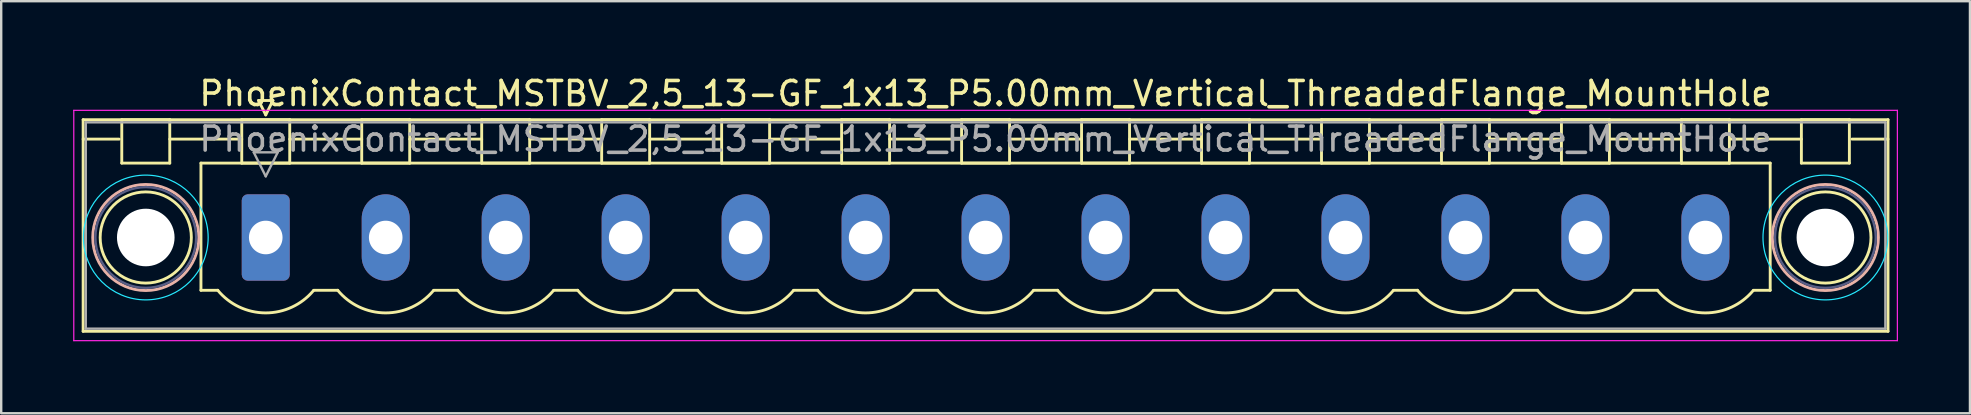
<source format=kicad_pcb>
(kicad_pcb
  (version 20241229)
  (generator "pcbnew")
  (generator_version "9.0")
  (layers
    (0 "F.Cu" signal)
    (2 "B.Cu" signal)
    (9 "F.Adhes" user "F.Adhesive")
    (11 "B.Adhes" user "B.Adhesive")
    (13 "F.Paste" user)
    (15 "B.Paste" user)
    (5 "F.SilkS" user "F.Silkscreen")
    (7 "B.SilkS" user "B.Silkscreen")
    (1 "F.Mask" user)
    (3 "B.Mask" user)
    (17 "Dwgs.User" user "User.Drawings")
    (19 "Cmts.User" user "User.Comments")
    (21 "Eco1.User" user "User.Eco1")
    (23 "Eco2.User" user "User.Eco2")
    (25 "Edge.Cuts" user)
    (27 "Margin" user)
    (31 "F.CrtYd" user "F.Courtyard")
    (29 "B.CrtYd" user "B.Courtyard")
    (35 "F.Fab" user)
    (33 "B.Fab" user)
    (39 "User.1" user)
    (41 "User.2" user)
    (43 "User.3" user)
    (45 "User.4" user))
  (footprint "PhoenixContact_MSTBV_2,5_13-GF_1x13_P5.00mm_Vertical_ThreadedFlange_MountHole"
    (layer "F.Cu")
    (at 8.025 6.848)
    (property "Reference" "PhoenixContact_MSTBV_2,5_13-GF_1x13_P5.00mm_Vertical_ThreadedFlange_MountHole" (at 30 -6 0) (layer "F.SilkS") (effects (font (size 1 1) (thickness 0.15))))
    (attr through_hole)
    (fp_line (start -7.61 -4.91) (end -7.61 3.91) (stroke (width 0.12) (type solid)) (layer "F.SilkS"))
    (fp_line (start -7.61 -4.1) (end -6.11 -4.1) (stroke (width 0.12) (type solid)) (layer "F.SilkS"))
    (fp_line (start -7.61 3.91) (end 67.61 3.91) (stroke (width 0.12) (type solid)) (layer "F.SilkS"))
    (fp_line (start -6 -4.91) (end -4 -4.91) (stroke (width 0.12) (type solid)) (layer "F.SilkS"))
    (fp_line (start -6 -3.1) (end -6 -4.91) (stroke (width 0.12) (type solid)) (layer "F.SilkS"))
    (fp_line (start -4 -4.91) (end -4 -3.1) (stroke (width 0.12) (type solid)) (layer "F.SilkS"))
    (fp_line (start -4 -4.1) (end -1 -4.1) (stroke (width 0.12) (type solid)) (layer "F.SilkS"))
    (fp_line (start -4 -3.1) (end -6 -3.1) (stroke (width 0.12) (type solid)) (layer "F.SilkS"))
    (fp_line (start -2.7 -3.1) (end 62.7 -3.1) (stroke (width 0.12) (type solid)) (layer "F.SilkS"))
    (fp_line (start -2.7 2.2) (end -2.7 -3.1) (stroke (width 0.12) (type solid)) (layer "F.SilkS"))
    (fp_line (start -2 2.2) (end -2.7 2.2) (stroke (width 0.12) (type solid)) (layer "F.SilkS"))
    (fp_line (start -1 -4.91) (end 1 -4.91) (stroke (width 0.12) (type solid)) (layer "F.SilkS"))
    (fp_line (start -1 -3.1) (end -1 -4.91) (stroke (width 0.12) (type solid)) (layer "F.SilkS"))
    (fp_line (start -0.3 -5.71) (end 0.3 -5.71) (stroke (width 0.12) (type solid)) (layer "F.SilkS"))
    (fp_line (start 0 -5.11) (end -0.3 -5.71) (stroke (width 0.12) (type solid)) (layer "F.SilkS"))
    (fp_line (start 0.3 -5.71) (end 0 -5.11) (stroke (width 0.12) (type solid)) (layer "F.SilkS"))
    (fp_line (start 1 -4.91) (end 1 -3.1) (stroke (width 0.12) (type solid)) (layer "F.SilkS"))
    (fp_line (start 1 -4.1) (end 4 -4.1) (stroke (width 0.12) (type solid)) (layer "F.SilkS"))
    (fp_line (start 1 -3.1) (end -1 -3.1) (stroke (width 0.12) (type solid)) (layer "F.SilkS"))
    (fp_line (start 2 2.2) (end 3 2.2) (stroke (width 0.12) (type solid)) (layer "F.SilkS"))
    (fp_line (start 4 -4.91) (end 6 -4.91) (stroke (width 0.12) (type solid)) (layer "F.SilkS"))
    (fp_line (start 4 -3.1) (end 4 -4.91) (stroke (width 0.12) (type solid)) (layer "F.SilkS"))
    (fp_line (start 6 -4.91) (end 6 -3.1) (stroke (width 0.12) (type solid)) (layer "F.SilkS"))
    (fp_line (start 6 -4.1) (end 9 -4.1) (stroke (width 0.12) (type solid)) (layer "F.SilkS"))
    (fp_line (start 6 -3.1) (end 4 -3.1) (stroke (width 0.12) (type solid)) (layer "F.SilkS"))
    (fp_line (start 7 2.2) (end 8 2.2) (stroke (width 0.12) (type solid)) (layer "F.SilkS"))
    (fp_line (start 9 -4.91) (end 11 -4.91) (stroke (width 0.12) (type solid)) (layer "F.SilkS"))
    (fp_line (start 9 -3.1) (end 9 -4.91) (stroke (width 0.12) (type solid)) (layer "F.SilkS"))
    (fp_line (start 11 -4.91) (end 11 -3.1) (stroke (width 0.12) (type solid)) (layer "F.SilkS"))
    (fp_line (start 11 -4.1) (end 14 -4.1) (stroke (width 0.12) (type solid)) (layer "F.SilkS"))
    (fp_line (start 11 -3.1) (end 9 -3.1) (stroke (width 0.12) (type solid)) (layer "F.SilkS"))
    (fp_line (start 12 2.2) (end 13 2.2) (stroke (width 0.12) (type solid)) (layer "F.SilkS"))
    (fp_line (start 14 -4.91) (end 16 -4.91) (stroke (width 0.12) (type solid)) (layer "F.SilkS"))
    (fp_line (start 14 -3.1) (end 14 -4.91) (stroke (width 0.12) (type solid)) (layer "F.SilkS"))
    (fp_line (start 16 -4.91) (end 16 -3.1) (stroke (width 0.12) (type solid)) (layer "F.SilkS"))
    (fp_line (start 16 -4.1) (end 19 -4.1) (stroke (width 0.12) (type solid)) (layer "F.SilkS"))
    (fp_line (start 16 -3.1) (end 14 -3.1) (stroke (width 0.12) (type solid)) (layer "F.SilkS"))
    (fp_line (start 17 2.2) (end 18 2.2) (stroke (width 0.12) (type solid)) (layer "F.SilkS"))
    (fp_line (start 19 -4.91) (end 21 -4.91) (stroke (width 0.12) (type solid)) (layer "F.SilkS"))
    (fp_line (start 19 -3.1) (end 19 -4.91) (stroke (width 0.12) (type solid)) (layer "F.SilkS"))
    (fp_line (start 21 -4.91) (end 21 -3.1) (stroke (width 0.12) (type solid)) (layer "F.SilkS"))
    (fp_line (start 21 -4.1) (end 24 -4.1) (stroke (width 0.12) (type solid)) (layer "F.SilkS"))
    (fp_line (start 21 -3.1) (end 19 -3.1) (stroke (width 0.12) (type solid)) (layer "F.SilkS"))
    (fp_line (start 22 2.2) (end 23 2.2) (stroke (width 0.12) (type solid)) (layer "F.SilkS"))
    (fp_line (start 24 -4.91) (end 26 -4.91) (stroke (width 0.12) (type solid)) (layer "F.SilkS"))
    (fp_line (start 24 -3.1) (end 24 -4.91) (stroke (width 0.12) (type solid)) (layer "F.SilkS"))
    (fp_line (start 26 -4.91) (end 26 -3.1) (stroke (width 0.12) (type solid)) (layer "F.SilkS"))
    (fp_line (start 26 -4.1) (end 29 -4.1) (stroke (width 0.12) (type solid)) (layer "F.SilkS"))
    (fp_line (start 26 -3.1) (end 24 -3.1) (stroke (width 0.12) (type solid)) (layer "F.SilkS"))
    (fp_line (start 27 2.2) (end 28 2.2) (stroke (width 0.12) (type solid)) (layer "F.SilkS"))
    (fp_line (start 29 -4.91) (end 31 -4.91) (stroke (width 0.12) (type solid)) (layer "F.SilkS"))
    (fp_line (start 29 -3.1) (end 29 -4.91) (stroke (width 0.12) (type solid)) (layer "F.SilkS"))
    (fp_line (start 31 -4.91) (end 31 -3.1) (stroke (width 0.12) (type solid)) (layer "F.SilkS"))
    (fp_line (start 31 -4.1) (end 34 -4.1) (stroke (width 0.12) (type solid)) (layer "F.SilkS"))
    (fp_line (start 31 -3.1) (end 29 -3.1) (stroke (width 0.12) (type solid)) (layer "F.SilkS"))
    (fp_line (start 32 2.2) (end 33 2.2) (stroke (width 0.12) (type solid)) (layer "F.SilkS"))
    (fp_line (start 34 -4.91) (end 36 -4.91) (stroke (width 0.12) (type solid)) (layer "F.SilkS"))
    (fp_line (start 34 -3.1) (end 34 -4.91) (stroke (width 0.12) (type solid)) (layer "F.SilkS"))
    (fp_line (start 36 -4.91) (end 36 -3.1) (stroke (width 0.12) (type solid)) (layer "F.SilkS"))
    (fp_line (start 36 -4.1) (end 39 -4.1) (stroke (width 0.12) (type solid)) (layer "F.SilkS"))
    (fp_line (start 36 -3.1) (end 34 -3.1) (stroke (width 0.12) (type solid)) (layer "F.SilkS"))
    (fp_line (start 37 2.2) (end 38 2.2) (stroke (width 0.12) (type solid)) (layer "F.SilkS"))
    (fp_line (start 39 -4.91) (end 41 -4.91) (stroke (width 0.12) (type solid)) (layer "F.SilkS"))
    (fp_line (start 39 -3.1) (end 39 -4.91) (stroke (width 0.12) (type solid)) (layer "F.SilkS"))
    (fp_line (start 41 -4.91) (end 41 -3.1) (stroke (width 0.12) (type solid)) (layer "F.SilkS"))
    (fp_line (start 41 -4.1) (end 44 -4.1) (stroke (width 0.12) (type solid)) (layer "F.SilkS"))
    (fp_line (start 41 -3.1) (end 39 -3.1) (stroke (width 0.12) (type solid)) (layer "F.SilkS"))
    (fp_line (start 42 2.2) (end 43 2.2) (stroke (width 0.12) (type solid)) (layer "F.SilkS"))
    (fp_line (start 44 -4.91) (end 46 -4.91) (stroke (width 0.12) (type solid)) (layer "F.SilkS"))
    (fp_line (start 44 -3.1) (end 44 -4.91) (stroke (width 0.12) (type solid)) (layer "F.SilkS"))
    (fp_line (start 46 -4.91) (end 46 -3.1) (stroke (width 0.12) (type solid)) (layer "F.SilkS"))
    (fp_line (start 46 -4.1) (end 49 -4.1) (stroke (width 0.12) (type solid)) (layer "F.SilkS"))
    (fp_line (start 46 -3.1) (end 44 -3.1) (stroke (width 0.12) (type solid)) (layer "F.SilkS"))
    (fp_line (start 47 2.2) (end 48 2.2) (stroke (width 0.12) (type solid)) (layer "F.SilkS"))
    (fp_line (start 49 -4.91) (end 51 -4.91) (stroke (width 0.12) (type solid)) (layer "F.SilkS"))
    (fp_line (start 49 -3.1) (end 49 -4.91) (stroke (width 0.12) (type solid)) (layer "F.SilkS"))
    (fp_line (start 51 -4.91) (end 51 -3.1) (stroke (width 0.12) (type solid)) (layer "F.SilkS"))
    (fp_line (start 51 -4.1) (end 54 -4.1) (stroke (width 0.12) (type solid)) (layer "F.SilkS"))
    (fp_line (start 51 -3.1) (end 49 -3.1) (stroke (width 0.12) (type solid)) (layer "F.SilkS"))
    (fp_line (start 52 2.2) (end 53 2.2) (stroke (width 0.12) (type solid)) (layer "F.SilkS"))
    (fp_line (start 54 -4.91) (end 56 -4.91) (stroke (width 0.12) (type solid)) (layer "F.SilkS"))
    (fp_line (start 54 -3.1) (end 54 -4.91) (stroke (width 0.12) (type solid)) (layer "F.SilkS"))
    (fp_line (start 56 -4.91) (end 56 -3.1) (stroke (width 0.12) (type solid)) (layer "F.SilkS"))
    (fp_line (start 56 -4.1) (end 59 -4.1) (stroke (width 0.12) (type solid)) (layer "F.SilkS"))
    (fp_line (start 56 -3.1) (end 54 -3.1) (stroke (width 0.12) (type solid)) (layer "F.SilkS"))
    (fp_line (start 57 2.2) (end 58 2.2) (stroke (width 0.12) (type solid)) (layer "F.SilkS"))
    (fp_line (start 59 -4.91) (end 61 -4.91) (stroke (width 0.12) (type solid)) (layer "F.SilkS"))
    (fp_line (start 59 -3.1) (end 59 -4.91) (stroke (width 0.12) (type solid)) (layer "F.SilkS"))
    (fp_line (start 61 -4.91) (end 61 -3.1) (stroke (width 0.12) (type solid)) (layer "F.SilkS"))
    (fp_line (start 61 -4.1) (end 64 -4.1) (stroke (width 0.12) (type solid)) (layer "F.SilkS"))
    (fp_line (start 61 -3.1) (end 59 -3.1) (stroke (width 0.12) (type solid)) (layer "F.SilkS"))
    (fp_line (start 62.7 -3.1) (end 62.7 2.2) (stroke (width 0.12) (type solid)) (layer "F.SilkS"))
    (fp_line (start 62.7 2.2) (end 62 2.2) (stroke (width 0.12) (type solid)) (layer "F.SilkS"))
    (fp_line (start 64 -4.91) (end 66 -4.91) (stroke (width 0.12) (type solid)) (layer "F.SilkS"))
    (fp_line (start 64 -3.1) (end 64 -4.91) (stroke (width 0.12) (type solid)) (layer "F.SilkS"))
    (fp_line (start 66 -4.91) (end 66 -3.1) (stroke (width 0.12) (type solid)) (layer "F.SilkS"))
    (fp_line (start 66 -3.1) (end 64 -3.1) (stroke (width 0.12) (type solid)) (layer "F.SilkS"))
    (fp_line (start 67.61 -4.91) (end -7.61 -4.91) (stroke (width 0.12) (type solid)) (layer "F.SilkS"))
    (fp_line (start 67.61 -4.1) (end 66.11 -4.1) (stroke (width 0.12) (type solid)) (layer "F.SilkS"))
    (fp_line (start 67.61 3.91) (end 67.61 -4.91) (stroke (width 0.12) (type solid)) (layer "F.SilkS"))
    (fp_arc (start 1.986842 2.215821) (mid -0.010289 3.142758) (end -2 2.2) (stroke (width 0.12) (type solid)) (layer "F.SilkS"))
    (fp_arc (start 6.986842 2.215821) (mid 4.989711 3.142758) (end 3 2.2) (stroke (width 0.12) (type solid)) (layer "F.SilkS"))
    (fp_arc (start 11.986842 2.215821) (mid 9.989711 3.142758) (end 8 2.2) (stroke (width 0.12) (type solid)) (layer "F.SilkS"))
    (fp_arc (start 16.986842 2.215821) (mid 14.989711 3.142758) (end 13 2.2) (stroke (width 0.12) (type solid)) (layer "F.SilkS"))
    (fp_arc (start 21.986842 2.215821) (mid 19.989711 3.142758) (end 18 2.2) (stroke (width 0.12) (type solid)) (layer "F.SilkS"))
    (fp_arc (start 26.986842 2.215821) (mid 24.989711 3.142758) (end 23 2.2) (stroke (width 0.12) (type solid)) (layer "F.SilkS"))
    (fp_arc (start 31.986842 2.215821) (mid 29.989711 3.142758) (end 28 2.2) (stroke (width 0.12) (type solid)) (layer "F.SilkS"))
    (fp_arc (start 36.986842 2.215821) (mid 34.989711 3.142758) (end 33 2.2) (stroke (width 0.12) (type solid)) (layer "F.SilkS"))
    (fp_arc (start 41.986842 2.215821) (mid 39.989711 3.142758) (end 38 2.2) (stroke (width 0.12) (type solid)) (layer "F.SilkS"))
    (fp_arc (start 46.986842 2.215821) (mid 44.989711 3.142758) (end 43 2.2) (stroke (width 0.12) (type solid)) (layer "F.SilkS"))
    (fp_arc (start 51.986842 2.215821) (mid 49.989711 3.142758) (end 48 2.2) (stroke (width 0.12) (type solid)) (layer "F.SilkS"))
    (fp_arc (start 56.986842 2.215821) (mid 54.989711 3.142758) (end 53 2.2) (stroke (width 0.12) (type solid)) (layer "F.SilkS"))
    (fp_arc (start 61.986842 2.215821) (mid 59.989711 3.142758) (end 58 2.2) (stroke (width 0.12) (type solid)) (layer "F.SilkS"))
    (fp_circle (center -5 0) (end -3.1 0) (stroke (width 0.12) (type solid)) (fill no) (layer "F.SilkS"))
    (fp_circle (center 65 0) (end 66.9 0) (stroke (width 0.12) (type solid)) (fill no) (layer "F.SilkS"))
    (fp_circle (center -5 0) (end -2.79 0) (stroke (width 0.12) (type solid)) (fill no) (layer "B.SilkS"))
    (fp_circle (center 65 0) (end 67.21 0) (stroke (width 0.12) (type solid)) (fill no) (layer "B.SilkS"))
    (fp_circle (center -5 0) (end -2.4 0) (stroke (width 0.05) (type solid)) (fill no) (layer "B.CrtYd"))
    (fp_circle (center 65 0) (end 67.6 0) (stroke (width 0.05) (type solid)) (fill no) (layer "B.CrtYd"))
    (fp_line (start -8 -5.3) (end -8 4.3) (stroke (width 0.05) (type solid)) (layer "F.CrtYd"))
    (fp_line (start -8 4.3) (end 68 4.3) (stroke (width 0.05) (type solid)) (layer "F.CrtYd"))
    (fp_line (start 68 -5.3) (end -8 -5.3) (stroke (width 0.05) (type solid)) (layer "F.CrtYd"))
    (fp_line (start 68 4.3) (end 68 -5.3) (stroke (width 0.05) (type solid)) (layer "F.CrtYd"))
    (fp_circle (center -5 0) (end -2.9 0) (stroke (width 0.1) (type solid)) (fill no) (layer "B.Fab"))
    (fp_circle (center 65 0) (end 67.1 0) (stroke (width 0.1) (type solid)) (fill no) (layer "B.Fab"))
    (fp_line (start -7.5 -4.8) (end -7.5 3.8) (stroke (width 0.1) (type solid)) (layer "F.Fab"))
    (fp_line (start -7.5 3.8) (end 67.5 3.8) (stroke (width 0.1) (type solid)) (layer "F.Fab"))
    (fp_line (start -0.5 -3.55) (end 0.5 -3.55) (stroke (width 0.1) (type solid)) (layer "F.Fab"))
    (fp_line (start 0 -2.55) (end -0.5 -3.55) (stroke (width 0.1) (type solid)) (layer "F.Fab"))
    (fp_line (start 0.5 -3.55) (end 0 -2.55) (stroke (width 0.1) (type solid)) (layer "F.Fab"))
    (fp_line (start 67.5 -4.8) (end -7.5 -4.8) (stroke (width 0.1) (type solid)) (layer "F.Fab"))
    (fp_line (start 67.5 3.8) (end 67.5 -4.8) (stroke (width 0.1) (type solid)) (layer "F.Fab"))
    (fp_text user "${REFERENCE}" (at 30 -4.1 0) (layer "F.Fab") (effects (font (size 1 1) (thickness 0.15))))
    (pad "" np_thru_hole circle (at -5 0) (size 2.4 2.4) (drill 2.4) (layers "*.Cu" "*.Mask"))
    (pad "" np_thru_hole circle (at 65 0) (size 2.4 2.4) (drill 2.4) (layers "*.Cu" "*.Mask"))
    (pad "1" thru_hole roundrect (at 0 0) (size 2 3.6) (drill 1.4) (layers "*.Cu" "*.Mask") (roundrect_rratio 0.125))
    (pad "2" thru_hole oval (at 5 0) (size 2 3.6) (drill 1.4) (layers "*.Cu" "*.Mask"))
    (pad "3" thru_hole oval (at 10 0) (size 2 3.6) (drill 1.4) (layers "*.Cu" "*.Mask"))
    (pad "4" thru_hole oval (at 15 0) (size 2 3.6) (drill 1.4) (layers "*.Cu" "*.Mask"))
    (pad "5" thru_hole oval (at 20 0) (size 2 3.6) (drill 1.4) (layers "*.Cu" "*.Mask"))
    (pad "6" thru_hole oval (at 25 0) (size 2 3.6) (drill 1.4) (layers "*.Cu" "*.Mask"))
    (pad "7" thru_hole oval (at 30 0) (size 2 3.6) (drill 1.4) (layers "*.Cu" "*.Mask"))
    (pad "8" thru_hole oval (at 35 0) (size 2 3.6) (drill 1.4) (layers "*.Cu" "*.Mask"))
    (pad "9" thru_hole oval (at 40 0) (size 2 3.6) (drill 1.4) (layers "*.Cu" "*.Mask"))
    (pad "10" thru_hole oval (at 45 0) (size 2 3.6) (drill 1.4) (layers "*.Cu" "*.Mask"))
    (pad "11" thru_hole oval (at 50 0) (size 2 3.6) (drill 1.4) (layers "*.Cu" "*.Mask"))
    (pad "12" thru_hole oval (at 55 0) (size 2 3.6) (drill 1.4) (layers "*.Cu" "*.Mask"))
    (pad "13" thru_hole oval (at 60 0) (size 2 3.6) (drill 1.4) (layers "*.Cu" "*.Mask")))
  (gr_rect
    (start -3 -3)
    (end 79.05 14.173)
    (stroke (width 0.1) (type default))
    (fill no)
    (layer "Edge.Cuts")))
</source>
